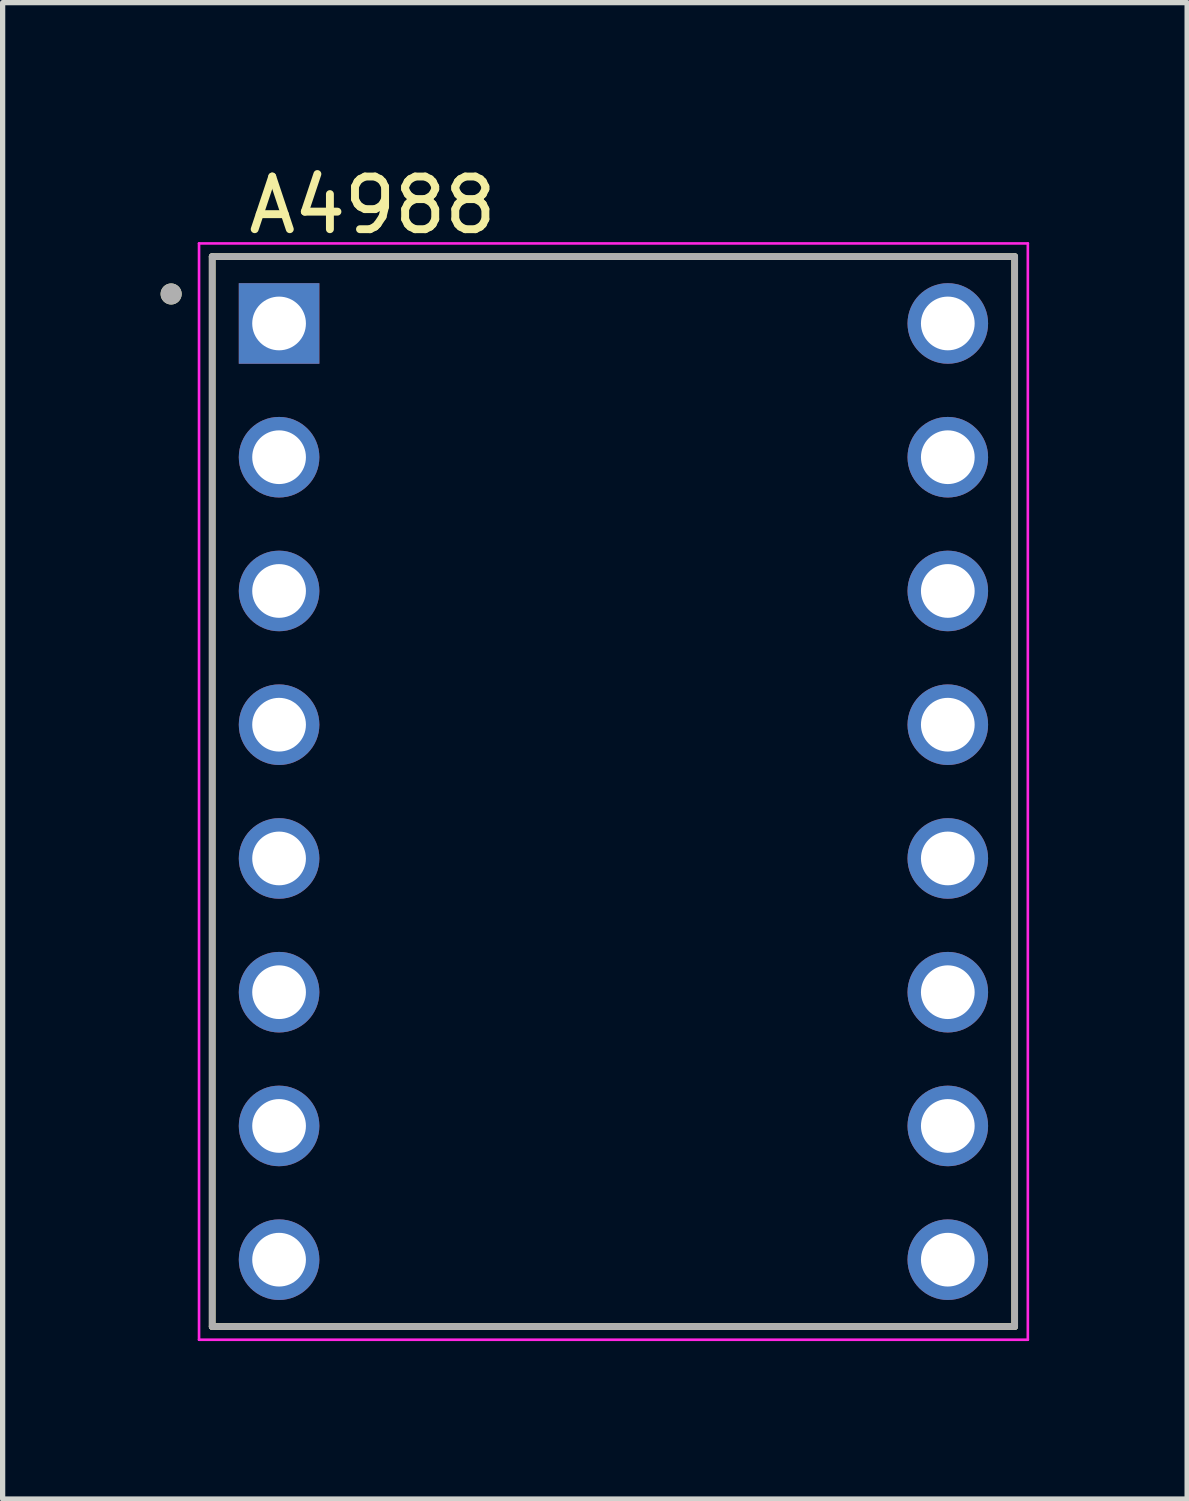
<source format=kicad_pcb>
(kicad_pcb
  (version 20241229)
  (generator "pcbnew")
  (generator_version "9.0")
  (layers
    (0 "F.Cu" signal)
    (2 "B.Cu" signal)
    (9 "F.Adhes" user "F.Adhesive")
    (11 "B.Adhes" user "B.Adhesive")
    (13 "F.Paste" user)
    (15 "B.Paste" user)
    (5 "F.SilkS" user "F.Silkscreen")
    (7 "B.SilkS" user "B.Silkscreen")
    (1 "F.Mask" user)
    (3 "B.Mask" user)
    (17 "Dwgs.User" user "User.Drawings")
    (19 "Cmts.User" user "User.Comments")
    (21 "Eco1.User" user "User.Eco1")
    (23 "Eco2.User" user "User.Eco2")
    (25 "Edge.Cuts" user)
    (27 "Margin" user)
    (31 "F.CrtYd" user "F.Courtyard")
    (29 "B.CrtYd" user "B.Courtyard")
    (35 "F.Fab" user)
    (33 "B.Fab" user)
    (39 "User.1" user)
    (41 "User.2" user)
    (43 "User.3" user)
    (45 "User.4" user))
  (footprint "A4988"
    (layer "F.Cu")
    (at 8.6 11.983)
    (property "Reference" "A4988" (at -4.575 -11.135 0) (layer "F.SilkS") (effects (font (size 1 1) (thickness 0.15))))
    (attr through_hole)
    (fp_line (start -7.62 -10.16) (end 7.62 -10.16) (stroke (width 0.127) (type solid)) (layer "F.SilkS"))
    (fp_line (start -7.62 10.16) (end -7.62 -10.16) (stroke (width 0.127) (type solid)) (layer "F.SilkS"))
    (fp_line (start 7.62 -10.16) (end 7.62 10.16) (stroke (width 0.127) (type solid)) (layer "F.SilkS"))
    (fp_line (start 7.62 10.16) (end -7.62 10.16) (stroke (width 0.127) (type solid)) (layer "F.SilkS"))
    (fp_circle (center -8.4 -9.45) (end -8.3 -9.45) (stroke (width 0.2) (type solid)) (fill no) (layer "F.SilkS"))
    (fp_line (start -7.87 -10.41) (end -7.87 10.41) (stroke (width 0.05) (type solid)) (layer "F.CrtYd"))
    (fp_line (start -7.87 10.41) (end 7.87 10.41) (stroke (width 0.05) (type solid)) (layer "F.CrtYd"))
    (fp_line (start 7.87 -10.41) (end -7.87 -10.41) (stroke (width 0.05) (type solid)) (layer "F.CrtYd"))
    (fp_line (start 7.87 10.41) (end 7.87 -10.41) (stroke (width 0.05) (type solid)) (layer "F.CrtYd"))
    (fp_line (start -7.62 -10.16) (end 7.62 -10.16) (stroke (width 0.127) (type solid)) (layer "F.Fab"))
    (fp_line (start -7.62 10.16) (end -7.62 -10.16) (stroke (width 0.127) (type solid)) (layer "F.Fab"))
    (fp_line (start 7.62 -10.16) (end 7.62 10.16) (stroke (width 0.127) (type solid)) (layer "F.Fab"))
    (fp_line (start 7.62 10.16) (end -7.62 10.16) (stroke (width 0.127) (type solid)) (layer "F.Fab"))
    (fp_circle (center -8.4 -9.45) (end -8.3 -9.45) (stroke (width 0.2) (type solid)) (fill no) (layer "F.Fab"))
    (pad "1" thru_hole rect (at -6.35 -8.89) (size 1.53 1.53) (drill 1.02) (layers "*.Cu" "*.Mask"))
    (pad "2" thru_hole circle (at -6.35 -6.35) (size 1.53 1.53) (drill 1.02) (layers "*.Cu" "*.Mask"))
    (pad "3" thru_hole circle (at -6.35 -3.81) (size 1.53 1.53) (drill 1.02) (layers "*.Cu" "*.Mask"))
    (pad "4" thru_hole circle (at -6.35 -1.27) (size 1.53 1.53) (drill 1.02) (layers "*.Cu" "*.Mask"))
    (pad "5" thru_hole circle (at -6.35 1.27) (size 1.53 1.53) (drill 1.02) (layers "*.Cu" "*.Mask"))
    (pad "6" thru_hole circle (at -6.35 3.81) (size 1.53 1.53) (drill 1.02) (layers "*.Cu" "*.Mask"))
    (pad "7" thru_hole circle (at -6.35 6.35) (size 1.53 1.53) (drill 1.02) (layers "*.Cu" "*.Mask"))
    (pad "8" thru_hole circle (at -6.35 8.89) (size 1.53 1.53) (drill 1.02) (layers "*.Cu" "*.Mask"))
    (pad "9" thru_hole circle (at 6.35 8.89) (size 1.53 1.53) (drill 1.02) (layers "*.Cu" "*.Mask"))
    (pad "10" thru_hole circle (at 6.35 6.35) (size 1.53 1.53) (drill 1.02) (layers "*.Cu" "*.Mask"))
    (pad "11" thru_hole circle (at 6.35 3.81) (size 1.53 1.53) (drill 1.02) (layers "*.Cu" "*.Mask"))
    (pad "12" thru_hole circle (at 6.35 1.27) (size 1.53 1.53) (drill 1.02) (layers "*.Cu" "*.Mask"))
    (pad "13" thru_hole circle (at 6.35 -1.27) (size 1.53 1.53) (drill 1.02) (layers "*.Cu" "*.Mask"))
    (pad "14" thru_hole circle (at 6.35 -3.81) (size 1.53 1.53) (drill 1.02) (layers "*.Cu" "*.Mask"))
    (pad "15" thru_hole circle (at 6.35 -6.35) (size 1.53 1.53) (drill 1.02) (layers "*.Cu" "*.Mask"))
    (pad "16" thru_hole circle (at 6.35 -8.89) (size 1.53 1.53) (drill 1.02) (layers "*.Cu" "*.Mask")))
  (gr_rect
    (start -3 -3)
    (end 19.495 25.418)
    (stroke (width 0.1) (type default))
    (fill no)
    (layer "Edge.Cuts")))
</source>
